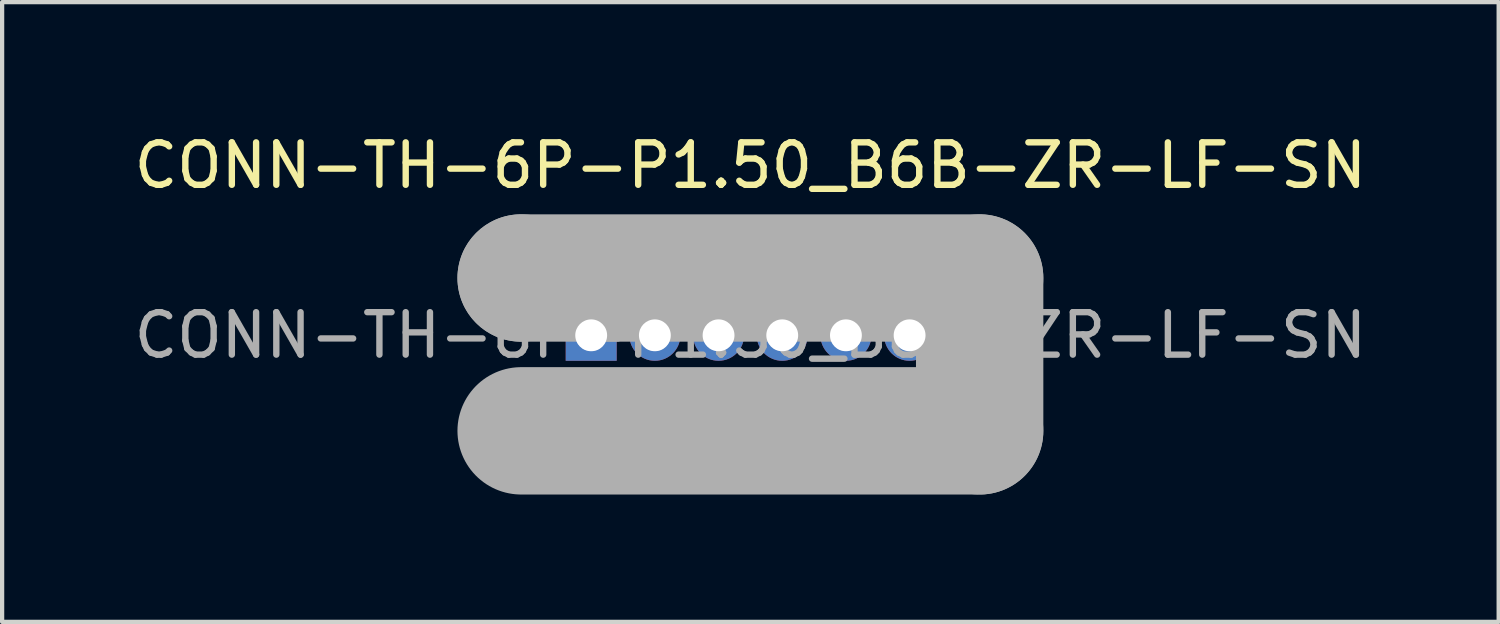
<source format=kicad_pcb>
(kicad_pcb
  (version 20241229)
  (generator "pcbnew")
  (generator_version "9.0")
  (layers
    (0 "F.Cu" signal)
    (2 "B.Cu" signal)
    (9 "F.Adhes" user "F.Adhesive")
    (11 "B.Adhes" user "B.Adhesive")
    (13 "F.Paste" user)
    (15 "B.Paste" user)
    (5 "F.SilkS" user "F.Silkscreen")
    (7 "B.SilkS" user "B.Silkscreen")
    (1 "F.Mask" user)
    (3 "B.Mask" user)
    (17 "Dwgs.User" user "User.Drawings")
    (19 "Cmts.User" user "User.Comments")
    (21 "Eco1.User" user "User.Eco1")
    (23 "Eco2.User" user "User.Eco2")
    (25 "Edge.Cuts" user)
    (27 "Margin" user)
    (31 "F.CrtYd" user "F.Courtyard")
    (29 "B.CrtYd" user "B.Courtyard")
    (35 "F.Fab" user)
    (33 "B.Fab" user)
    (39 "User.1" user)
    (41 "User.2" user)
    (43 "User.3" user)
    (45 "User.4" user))
  (footprint "CONN-TH-6P-P1.50_B6B-ZR-LF-SN"
    (layer "F.Cu")
    (at 14.625 4.848)
    (property "Reference" "CONN-TH-6P-P1.50_B6B-ZR-LF-SN" (at 0 -4 0) (layer "F.SilkS") (effects (font (size 1 1) (thickness 0.15))))
    (attr smd)
    (fp_line (start -5.4 -1.35) (end -5.4 -1.35) (stroke (width 3) (type solid)) (layer "F.Fab"))
    (fp_line (start -5.4 -1.35) (end 5.4 -1.35) (stroke (width 3) (type solid)) (layer "F.Fab"))
    (fp_line (start 5.4 -1.35) (end 5.4 2.25) (stroke (width 3) (type solid)) (layer "F.Fab"))
    (fp_line (start 5.4 2.25) (end -5.4 2.25) (stroke (width 3) (type solid)) (layer "F.Fab"))
    (fp_circle (center -5.25 2.2) (end -5.22 2.2) (stroke (width 0.06) (type solid)) (fill no) (layer "F.Fab"))
    (fp_circle (center -3.75 0) (end -3.63 0) (stroke (width 0.25) (type solid)) (fill no) (layer "F.Fab"))
    (fp_circle (center -2.25 0) (end -2.13 0) (stroke (width 0.25) (type solid)) (fill no) (layer "F.Fab"))
    (fp_circle (center -0.75 0) (end -0.63 0) (stroke (width 0.25) (type solid)) (fill no) (layer "F.Fab"))
    (fp_circle (center 0.75 0) (end 0.87 0) (stroke (width 0.25) (type solid)) (fill no) (layer "F.Fab"))
    (fp_circle (center 2.25 0) (end 2.37 0) (stroke (width 0.25) (type solid)) (fill no) (layer "F.Fab"))
    (fp_circle (center 3.75 0) (end 3.87 0) (stroke (width 0.25) (type solid)) (fill no) (layer "F.Fab"))
    (fp_text user "${REFERENCE}" (at 0 0 0) (layer "F.Fab") (effects (font (size 1 1) (thickness 0.15))))
    (pad "1" thru_hole rect (at -3.75 0 180) (size 1.2 1.2) (drill 0.75) (layers "*.Cu" "*.Paste" "*.Mask"))
    (pad "2" thru_hole circle (at -2.25 0 180) (size 1.2 1.2) (drill 0.75) (layers "*.Cu" "*.Paste" "*.Mask"))
    (pad "3" thru_hole circle (at -0.75 0 180) (size 1.2 1.2) (drill 0.75) (layers "*.Cu" "*.Paste" "*.Mask"))
    (pad "4" thru_hole circle (at 0.75 0 180) (size 1.2 1.2) (drill 0.75) (layers "*.Cu" "*.Paste" "*.Mask"))
    (pad "5" thru_hole circle (at 2.25 0 180) (size 1.2 1.2) (drill 0.75) (layers "*.Cu" "*.Paste" "*.Mask"))
    (pad "6" thru_hole circle (at 3.75 0 180) (size 1.2 1.2) (drill 0.75) (layers "*.Cu" "*.Paste" "*.Mask")))
  (gr_rect
    (start -3 -3)
    (end 32.25 11.598)
    (stroke (width 0.1) (type default))
    (fill no)
    (layer "Edge.Cuts")))
</source>
